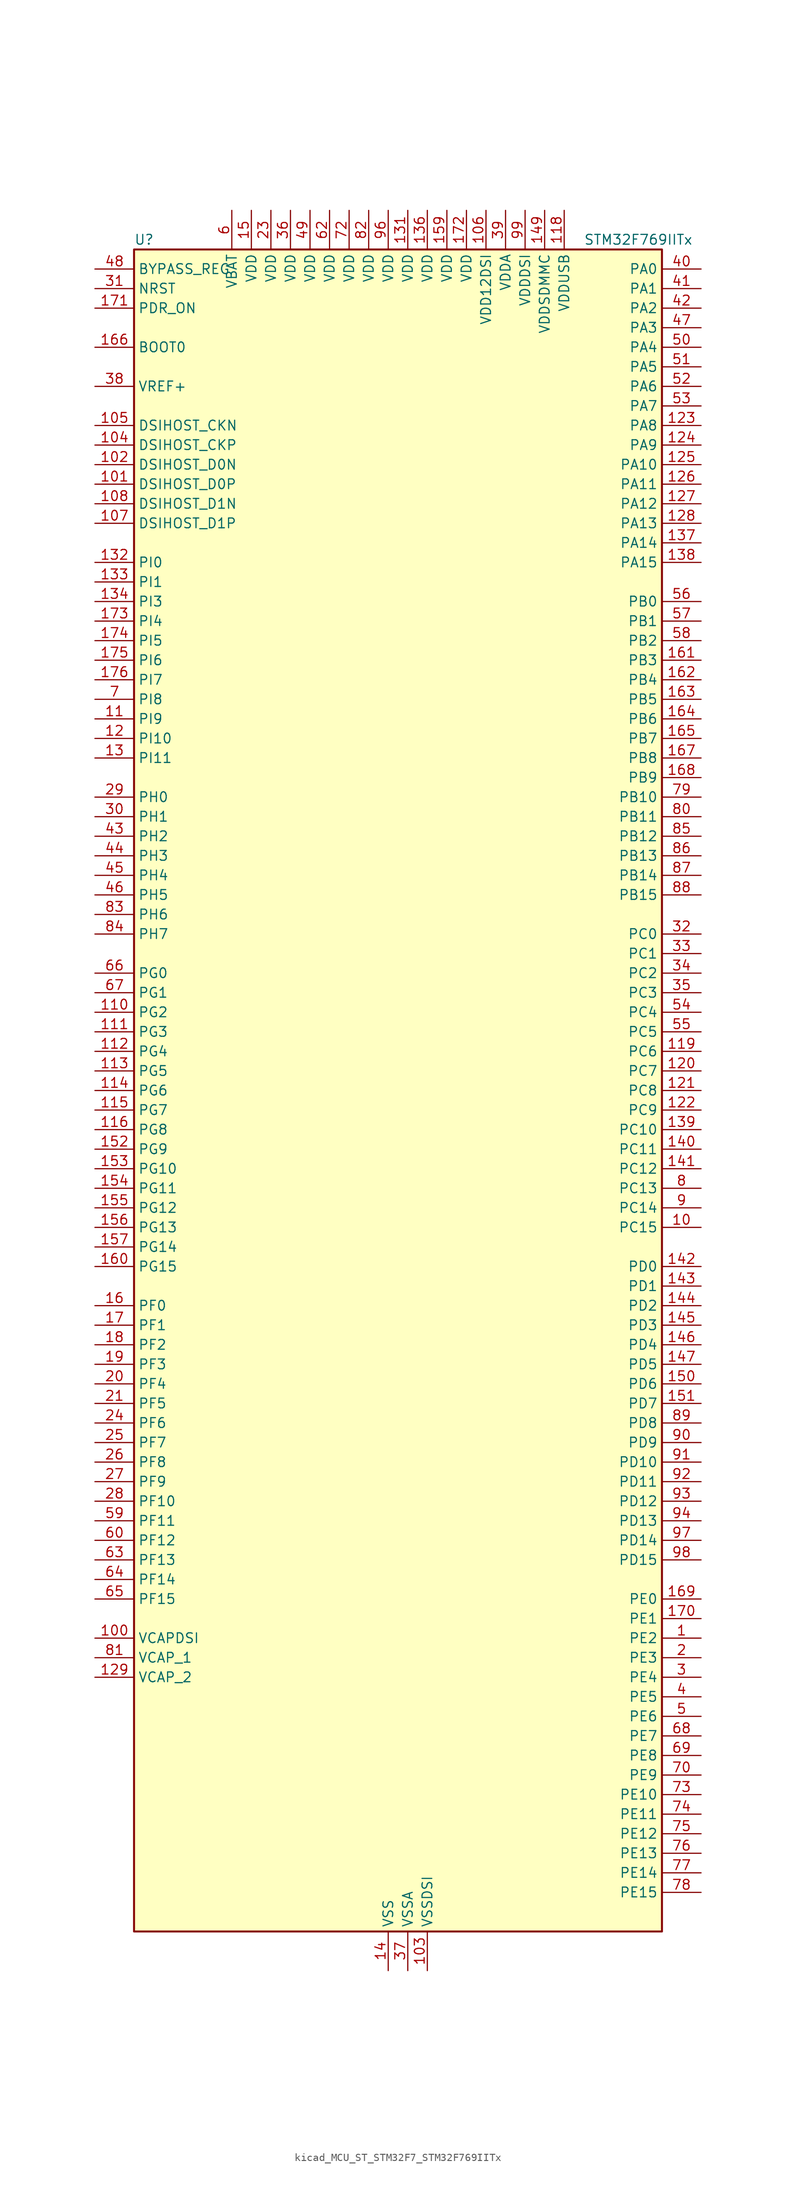
<source format=kicad_sym>
(kicad_symbol_lib
  (version 20220914)
  (generator kicad_symbol_editor)
  (symbol "kicad_MCU_ST_STM32F7_STM32F769IITx"
    (property "Reference" "U"
      (at -33.02 110.49 0)
      (effects (font (size 1.27 1.27)) (justify left)))
    (property "Value" "STM32F769IITx"
      (at 25.4 110.49 0)
      (effects (font (size 1.27 1.27)) (justify left)))
    (property "ki_locked" ""
      (at 0 0 0)
      (effects (font (size 1.27 1.27))))
    (symbol "kicad_MCU_ST_STM32F7_STM32F769IITx_0_1"
      (rectangle (start -33.02 -109.22) (end 35.56 109.22) (stroke (width 0.254) (type default)) (fill (type background))))
    (symbol "kicad_MCU_ST_STM32F7_STM32F769IITx_1_1"
      (pin bidirectional line (at 40.64 -71.12 180) (length 5.08) (name "PE2" (effects (font (size 1.27 1.27)))) (number "1" (effects (font (size 1.27 1.27)))) (alternate "ETH_TXD3" bidirectional line) (alternate "FMC_A23" bidirectional line) (alternate "QUADSPI_BK1_IO2" bidirectional line) (alternate "SAI1_MCLK_A" bidirectional line) (alternate "SPI4_SCK" bidirectional line) (alternate "SYS_TRACECLK" bidirectional line))
      (pin bidirectional line (at 40.64 -17.78 180) (length 5.08) (name "PC15" (effects (font (size 1.27 1.27)))) (number "10" (effects (font (size 1.27 1.27)))) (alternate "RCC_OSC32_OUT" bidirectional line))
      (pin power_out line (at -38.1 -71.12 0) (length 5.08) (name "VCAPDSI" (effects (font (size 1.27 1.27)))) (number "100" (effects (font (size 1.27 1.27)))))
      (pin bidirectional line (at -38.1 78.74 0) (length 5.08) (name "DSIHOST_D0P" (effects (font (size 1.27 1.27)))) (number "101" (effects (font (size 1.27 1.27)))) (alternate "DSIHOST_D0P" bidirectional line))
      (pin bidirectional line (at -38.1 81.28 0) (length 5.08) (name "DSIHOST_D0N" (effects (font (size 1.27 1.27)))) (number "102" (effects (font (size 1.27 1.27)))) (alternate "DSIHOST_D0N" bidirectional line))
      (pin power_in line (at 5.08 -114.3 90) (length 5.08) (name "VSSDSI" (effects (font (size 1.27 1.27)))) (number "103" (effects (font (size 1.27 1.27)))))
      (pin bidirectional line (at -38.1 83.82 0) (length 5.08) (name "DSIHOST_CKP" (effects (font (size 1.27 1.27)))) (number "104" (effects (font (size 1.27 1.27)))) (alternate "DSIHOST_CKP" bidirectional line))
      (pin bidirectional line (at -38.1 86.36 0) (length 5.08) (name "DSIHOST_CKN" (effects (font (size 1.27 1.27)))) (number "105" (effects (font (size 1.27 1.27)))) (alternate "DSIHOST_CKN" bidirectional line))
      (pin power_in line (at 12.7 114.3 270) (length 5.08) (name "VDD12DSI" (effects (font (size 1.27 1.27)))) (number "106" (effects (font (size 1.27 1.27)))))
      (pin bidirectional line (at -38.1 73.66 0) (length 5.08) (name "DSIHOST_D1P" (effects (font (size 1.27 1.27)))) (number "107" (effects (font (size 1.27 1.27)))) (alternate "DSIHOST_D1P" bidirectional line))
      (pin bidirectional line (at -38.1 76.2 0) (length 5.08) (name "DSIHOST_D1N" (effects (font (size 1.27 1.27)))) (number "108" (effects (font (size 1.27 1.27)))) (alternate "DSIHOST_D1N" bidirectional line))
      (pin passive line (at 5.08 -114.3 90) (length 5.08) hide (name "VSSDSI" (effects (font (size 1.27 1.27)))) (number "109" (effects (font (size 1.27 1.27)))))
      (pin bidirectional line (at -38.1 48.26 0) (length 5.08) (name "PI9" (effects (font (size 1.27 1.27)))) (number "11" (effects (font (size 1.27 1.27)))) (alternate "CAN1_RX" bidirectional line) (alternate "DAC_EXTI9" bidirectional line) (alternate "FMC_D30" bidirectional line) (alternate "LTDC_VSYNC" bidirectional line) (alternate "UART4_RX" bidirectional line))
      (pin bidirectional line (at -38.1 10.16 0) (length 5.08) (name "PG2" (effects (font (size 1.27 1.27)))) (number "110" (effects (font (size 1.27 1.27)))) (alternate "FMC_A12" bidirectional line))
      (pin bidirectional line (at -38.1 7.62 0) (length 5.08) (name "PG3" (effects (font (size 1.27 1.27)))) (number "111" (effects (font (size 1.27 1.27)))) (alternate "FMC_A13" bidirectional line))
      (pin bidirectional line (at -38.1 5.08 0) (length 5.08) (name "PG4" (effects (font (size 1.27 1.27)))) (number "112" (effects (font (size 1.27 1.27)))) (alternate "FMC_A14" bidirectional line) (alternate "FMC_BA0" bidirectional line))
      (pin bidirectional line (at -38.1 2.54 0) (length 5.08) (name "PG5" (effects (font (size 1.27 1.27)))) (number "113" (effects (font (size 1.27 1.27)))) (alternate "FMC_A15" bidirectional line) (alternate "FMC_BA1" bidirectional line))
      (pin bidirectional line (at -38.1 0 0) (length 5.08) (name "PG6" (effects (font (size 1.27 1.27)))) (number "114" (effects (font (size 1.27 1.27)))) (alternate "DCMI_D12" bidirectional line) (alternate "FMC_NE3" bidirectional line) (alternate "LTDC_R7" bidirectional line))
      (pin bidirectional line (at -38.1 -2.54 0) (length 5.08) (name "PG7" (effects (font (size 1.27 1.27)))) (number "115" (effects (font (size 1.27 1.27)))) (alternate "DCMI_D13" bidirectional line) (alternate "FMC_INT" bidirectional line) (alternate "LTDC_CLK" bidirectional line) (alternate "SAI1_MCLK_A" bidirectional line) (alternate "USART6_CK" bidirectional line))
      (pin bidirectional line (at -38.1 -5.08 0) (length 5.08) (name "PG8" (effects (font (size 1.27 1.27)))) (number "116" (effects (font (size 1.27 1.27)))) (alternate "ETH_PPS_OUT" bidirectional line) (alternate "FMC_SDCLK" bidirectional line) (alternate "LTDC_G7" bidirectional line) (alternate "SPDIFRX_IN2" bidirectional line) (alternate "SPI6_NSS" bidirectional line) (alternate "USART6_DE" bidirectional line) (alternate "USART6_RTS" bidirectional line))
      (pin passive line (at 0 -114.3 90) (length 5.08) hide (name "VSS" (effects (font (size 1.27 1.27)))) (number "117" (effects (font (size 1.27 1.27)))))
      (pin power_in line (at 22.86 114.3 270) (length 5.08) (name "VDDUSB" (effects (font (size 1.27 1.27)))) (number "118" (effects (font (size 1.27 1.27)))))
      (pin bidirectional line (at 40.64 5.08 180) (length 5.08) (name "PC6" (effects (font (size 1.27 1.27)))) (number "119" (effects (font (size 1.27 1.27)))) (alternate "DCMI_D0" bidirectional line) (alternate "DFSDM1_CKIN3" bidirectional line) (alternate "FMC_NWAIT" bidirectional line) (alternate "I2S2_MCK" bidirectional line) (alternate "LTDC_HSYNC" bidirectional line) (alternate "SDMMC1_D6" bidirectional line) (alternate "SDMMC2_D6" bidirectional line) (alternate "TIM3_CH1" bidirectional line) (alternate "TIM8_CH1" bidirectional line) (alternate "USART6_TX" bidirectional line))
      (pin bidirectional line (at -38.1 45.72 0) (length 5.08) (name "PI10" (effects (font (size 1.27 1.27)))) (number "12" (effects (font (size 1.27 1.27)))) (alternate "ETH_RX_ER" bidirectional line) (alternate "FMC_D31" bidirectional line) (alternate "LTDC_HSYNC" bidirectional line))
      (pin bidirectional line (at 40.64 2.54 180) (length 5.08) (name "PC7" (effects (font (size 1.27 1.27)))) (number "120" (effects (font (size 1.27 1.27)))) (alternate "DCMI_D1" bidirectional line) (alternate "DFSDM1_DATIN3" bidirectional line) (alternate "FMC_NE1" bidirectional line) (alternate "I2S3_MCK" bidirectional line) (alternate "LTDC_G6" bidirectional line) (alternate "SDMMC1_D7" bidirectional line) (alternate "SDMMC2_D7" bidirectional line) (alternate "TIM3_CH2" bidirectional line) (alternate "TIM8_CH2" bidirectional line) (alternate "USART6_RX" bidirectional line))
      (pin bidirectional line (at 40.64 0 180) (length 5.08) (name "PC8" (effects (font (size 1.27 1.27)))) (number "121" (effects (font (size 1.27 1.27)))) (alternate "DCMI_D2" bidirectional line) (alternate "FMC_NCE" bidirectional line) (alternate "FMC_NE2" bidirectional line) (alternate "SDMMC1_D0" bidirectional line) (alternate "SYS_TRACED1" bidirectional line) (alternate "TIM3_CH3" bidirectional line) (alternate "TIM8_CH3" bidirectional line) (alternate "UART5_DE" bidirectional line) (alternate "UART5_RTS" bidirectional line) (alternate "USART6_CK" bidirectional line))
      (pin bidirectional line (at 40.64 -2.54 180) (length 5.08) (name "PC9" (effects (font (size 1.27 1.27)))) (number "122" (effects (font (size 1.27 1.27)))) (alternate "DAC_EXTI9" bidirectional line) (alternate "DCMI_D3" bidirectional line) (alternate "I2C3_SDA" bidirectional line) (alternate "I2S_CKIN" bidirectional line) (alternate "LTDC_B2" bidirectional line) (alternate "LTDC_G3" bidirectional line) (alternate "QUADSPI_BK1_IO0" bidirectional line) (alternate "RCC_MCO_2" bidirectional line) (alternate "SDMMC1_D1" bidirectional line) (alternate "TIM3_CH4" bidirectional line) (alternate "TIM8_CH4" bidirectional line) (alternate "UART5_CTS" bidirectional line))
      (pin bidirectional line (at 40.64 86.36 180) (length 5.08) (name "PA8" (effects (font (size 1.27 1.27)))) (number "123" (effects (font (size 1.27 1.27)))) (alternate "CAN3_RX" bidirectional line) (alternate "I2C3_SCL" bidirectional line) (alternate "LTDC_B3" bidirectional line) (alternate "LTDC_R6" bidirectional line) (alternate "RCC_MCO_1" bidirectional line) (alternate "TIM1_CH1" bidirectional line) (alternate "TIM8_BKIN2" bidirectional line) (alternate "UART7_RX" bidirectional line) (alternate "USART1_CK" bidirectional line) (alternate "USB_OTG_FS_SOF" bidirectional line))
      (pin bidirectional line (at 40.64 83.82 180) (length 5.08) (name "PA9" (effects (font (size 1.27 1.27)))) (number "124" (effects (font (size 1.27 1.27)))) (alternate "DAC_EXTI9" bidirectional line) (alternate "DCMI_D0" bidirectional line) (alternate "I2C3_SMBA" bidirectional line) (alternate "I2S2_CK" bidirectional line) (alternate "LTDC_R5" bidirectional line) (alternate "SPI2_SCK" bidirectional line) (alternate "TIM1_CH2" bidirectional line) (alternate "USART1_TX" bidirectional line) (alternate "USB_OTG_FS_VBUS" bidirectional line))
      (pin bidirectional line (at 40.64 81.28 180) (length 5.08) (name "PA10" (effects (font (size 1.27 1.27)))) (number "125" (effects (font (size 1.27 1.27)))) (alternate "DCMI_D1" bidirectional line) (alternate "LTDC_B1" bidirectional line) (alternate "LTDC_B4" bidirectional line) (alternate "MDIOS_MDIO" bidirectional line) (alternate "TIM1_CH3" bidirectional line) (alternate "USART1_RX" bidirectional line) (alternate "USB_OTG_FS_ID" bidirectional line))
      (pin bidirectional line (at 40.64 78.74 180) (length 5.08) (name "PA11" (effects (font (size 1.27 1.27)))) (number "126" (effects (font (size 1.27 1.27)))) (alternate "ADC1_EXTI11" bidirectional line) (alternate "ADC2_EXTI11" bidirectional line) (alternate "ADC3_EXTI11" bidirectional line) (alternate "CAN1_RX" bidirectional line) (alternate "I2S2_WS" bidirectional line) (alternate "LTDC_R4" bidirectional line) (alternate "SPI2_NSS" bidirectional line) (alternate "TIM1_CH4" bidirectional line) (alternate "UART4_RX" bidirectional line) (alternate "USART1_CTS" bidirectional line) (alternate "USB_OTG_FS_DM" bidirectional line))
      (pin bidirectional line (at 40.64 76.2 180) (length 5.08) (name "PA12" (effects (font (size 1.27 1.27)))) (number "127" (effects (font (size 1.27 1.27)))) (alternate "CAN1_TX" bidirectional line) (alternate "I2S2_CK" bidirectional line) (alternate "LTDC_R5" bidirectional line) (alternate "SAI2_FS_B" bidirectional line) (alternate "SPI2_SCK" bidirectional line) (alternate "TIM1_ETR" bidirectional line) (alternate "UART4_TX" bidirectional line) (alternate "USART1_DE" bidirectional line) (alternate "USART1_RTS" bidirectional line) (alternate "USB_OTG_FS_DP" bidirectional line))
      (pin bidirectional line (at 40.64 73.66 180) (length 5.08) (name "PA13" (effects (font (size 1.27 1.27)))) (number "128" (effects (font (size 1.27 1.27)))) (alternate "SYS_JTMS-SWDIO" bidirectional line))
      (pin power_out line (at -38.1 -76.2 0) (length 5.08) (name "VCAP_2" (effects (font (size 1.27 1.27)))) (number "129" (effects (font (size 1.27 1.27)))))
      (pin bidirectional line (at -38.1 43.18 0) (length 5.08) (name "PI11" (effects (font (size 1.27 1.27)))) (number "13" (effects (font (size 1.27 1.27)))) (alternate "ADC1_EXTI11" bidirectional line) (alternate "ADC2_EXTI11" bidirectional line) (alternate "ADC3_EXTI11" bidirectional line) (alternate "LTDC_G6" bidirectional line) (alternate "SYS_WKUP6" bidirectional line) (alternate "USB_OTG_HS_ULPI_DIR" bidirectional line))
      (pin passive line (at 0 -114.3 90) (length 5.08) hide (name "VSS" (effects (font (size 1.27 1.27)))) (number "130" (effects (font (size 1.27 1.27)))))
      (pin power_in line (at 2.54 114.3 270) (length 5.08) (name "VDD" (effects (font (size 1.27 1.27)))) (number "131" (effects (font (size 1.27 1.27)))))
      (pin bidirectional line (at -38.1 68.58 0) (length 5.08) (name "PI0" (effects (font (size 1.27 1.27)))) (number "132" (effects (font (size 1.27 1.27)))) (alternate "DCMI_D13" bidirectional line) (alternate "FMC_D24" bidirectional line) (alternate "I2S2_WS" bidirectional line) (alternate "LTDC_G5" bidirectional line) (alternate "SPI2_NSS" bidirectional line) (alternate "TIM5_CH4" bidirectional line))
      (pin bidirectional line (at -38.1 66.04 0) (length 5.08) (name "PI1" (effects (font (size 1.27 1.27)))) (number "133" (effects (font (size 1.27 1.27)))) (alternate "DCMI_D8" bidirectional line) (alternate "FMC_D25" bidirectional line) (alternate "I2S2_CK" bidirectional line) (alternate "LTDC_G6" bidirectional line) (alternate "SPI2_SCK" bidirectional line) (alternate "TIM8_BKIN2" bidirectional line))
      (pin bidirectional line (at -38.1 63.5 0) (length 5.08) (name "PI3" (effects (font (size 1.27 1.27)))) (number "134" (effects (font (size 1.27 1.27)))) (alternate "DCMI_D10" bidirectional line) (alternate "FMC_D27" bidirectional line) (alternate "I2S2_SD" bidirectional line) (alternate "SPI2_MOSI" bidirectional line) (alternate "TIM8_ETR" bidirectional line))
      (pin passive line (at 0 -114.3 90) (length 5.08) hide (name "VSS" (effects (font (size 1.27 1.27)))) (number "135" (effects (font (size 1.27 1.27)))))
      (pin power_in line (at 5.08 114.3 270) (length 5.08) (name "VDD" (effects (font (size 1.27 1.27)))) (number "136" (effects (font (size 1.27 1.27)))))
      (pin bidirectional line (at 40.64 71.12 180) (length 5.08) (name "PA14" (effects (font (size 1.27 1.27)))) (number "137" (effects (font (size 1.27 1.27)))) (alternate "SYS_JTCK-SWCLK" bidirectional line))
      (pin bidirectional line (at 40.64 68.58 180) (length 5.08) (name "PA15" (effects (font (size 1.27 1.27)))) (number "138" (effects (font (size 1.27 1.27)))) (alternate "CAN3_TX" bidirectional line) (alternate "CEC" bidirectional line) (alternate "I2S1_WS" bidirectional line) (alternate "I2S3_WS" bidirectional line) (alternate "SPI1_NSS" bidirectional line) (alternate "SPI3_NSS" bidirectional line) (alternate "SPI6_NSS" bidirectional line) (alternate "SYS_JTDI" bidirectional line) (alternate "TIM2_CH1" bidirectional line) (alternate "TIM2_ETR" bidirectional line) (alternate "UART4_DE" bidirectional line) (alternate "UART4_RTS" bidirectional line) (alternate "UART7_TX" bidirectional line))
      (pin bidirectional line (at 40.64 -5.08 180) (length 5.08) (name "PC10" (effects (font (size 1.27 1.27)))) (number "139" (effects (font (size 1.27 1.27)))) (alternate "DCMI_D8" bidirectional line) (alternate "DFSDM1_CKIN5" bidirectional line) (alternate "I2S3_CK" bidirectional line) (alternate "LTDC_R2" bidirectional line) (alternate "QUADSPI_BK1_IO1" bidirectional line) (alternate "SDMMC1_D2" bidirectional line) (alternate "SPI3_SCK" bidirectional line) (alternate "UART4_TX" bidirectional line) (alternate "USART3_TX" bidirectional line))
      (pin power_in line (at 0 -114.3 90) (length 5.08) (name "VSS" (effects (font (size 1.27 1.27)))) (number "14" (effects (font (size 1.27 1.27)))))
      (pin bidirectional line (at 40.64 -7.62 180) (length 5.08) (name "PC11" (effects (font (size 1.27 1.27)))) (number "140" (effects (font (size 1.27 1.27)))) (alternate "ADC1_EXTI11" bidirectional line) (alternate "ADC2_EXTI11" bidirectional line) (alternate "ADC3_EXTI11" bidirectional line) (alternate "DCMI_D4" bidirectional line) (alternate "DFSDM1_DATIN5" bidirectional line) (alternate "QUADSPI_BK2_NCS" bidirectional line) (alternate "SDMMC1_D3" bidirectional line) (alternate "SPI3_MISO" bidirectional line) (alternate "UART4_RX" bidirectional line) (alternate "USART3_RX" bidirectional line))
      (pin bidirectional line (at 40.64 -10.16 180) (length 5.08) (name "PC12" (effects (font (size 1.27 1.27)))) (number "141" (effects (font (size 1.27 1.27)))) (alternate "DCMI_D9" bidirectional line) (alternate "I2S3_SD" bidirectional line) (alternate "SDMMC1_CK" bidirectional line) (alternate "SPI3_MOSI" bidirectional line) (alternate "SYS_TRACED3" bidirectional line) (alternate "UART5_TX" bidirectional line) (alternate "USART3_CK" bidirectional line))
      (pin bidirectional line (at 40.64 -22.86 180) (length 5.08) (name "PD0" (effects (font (size 1.27 1.27)))) (number "142" (effects (font (size 1.27 1.27)))) (alternate "CAN1_RX" bidirectional line) (alternate "DFSDM1_CKIN6" bidirectional line) (alternate "DFSDM1_DATIN7" bidirectional line) (alternate "FMC_D2" bidirectional line) (alternate "FMC_DA2" bidirectional line) (alternate "UART4_RX" bidirectional line))
      (pin bidirectional line (at 40.64 -25.4 180) (length 5.08) (name "PD1" (effects (font (size 1.27 1.27)))) (number "143" (effects (font (size 1.27 1.27)))) (alternate "CAN1_TX" bidirectional line) (alternate "DFSDM1_CKIN7" bidirectional line) (alternate "DFSDM1_DATIN6" bidirectional line) (alternate "FMC_D3" bidirectional line) (alternate "FMC_DA3" bidirectional line) (alternate "UART4_TX" bidirectional line))
      (pin bidirectional line (at 40.64 -27.94 180) (length 5.08) (name "PD2" (effects (font (size 1.27 1.27)))) (number "144" (effects (font (size 1.27 1.27)))) (alternate "DCMI_D11" bidirectional line) (alternate "SDMMC1_CMD" bidirectional line) (alternate "SYS_TRACED2" bidirectional line) (alternate "TIM3_ETR" bidirectional line) (alternate "UART5_RX" bidirectional line))
      (pin bidirectional line (at 40.64 -30.48 180) (length 5.08) (name "PD3" (effects (font (size 1.27 1.27)))) (number "145" (effects (font (size 1.27 1.27)))) (alternate "DCMI_D5" bidirectional line) (alternate "DFSDM1_CKOUT" bidirectional line) (alternate "DFSDM1_DATIN0" bidirectional line) (alternate "FMC_CLK" bidirectional line) (alternate "I2S2_CK" bidirectional line) (alternate "LTDC_G7" bidirectional line) (alternate "SPI2_SCK" bidirectional line) (alternate "USART2_CTS" bidirectional line))
      (pin bidirectional line (at 40.64 -33.02 180) (length 5.08) (name "PD4" (effects (font (size 1.27 1.27)))) (number "146" (effects (font (size 1.27 1.27)))) (alternate "DFSDM1_CKIN0" bidirectional line) (alternate "FMC_NOE" bidirectional line) (alternate "USART2_DE" bidirectional line) (alternate "USART2_RTS" bidirectional line))
      (pin bidirectional line (at 40.64 -35.56 180) (length 5.08) (name "PD5" (effects (font (size 1.27 1.27)))) (number "147" (effects (font (size 1.27 1.27)))) (alternate "FMC_NWE" bidirectional line) (alternate "USART2_TX" bidirectional line))
      (pin passive line (at 0 -114.3 90) (length 5.08) hide (name "VSS" (effects (font (size 1.27 1.27)))) (number "148" (effects (font (size 1.27 1.27)))))
      (pin power_in line (at 20.32 114.3 270) (length 5.08) (name "VDDSDMMC" (effects (font (size 1.27 1.27)))) (number "149" (effects (font (size 1.27 1.27)))))
      (pin power_in line (at -17.78 114.3 270) (length 5.08) (name "VDD" (effects (font (size 1.27 1.27)))) (number "15" (effects (font (size 1.27 1.27)))))
      (pin bidirectional line (at 40.64 -38.1 180) (length 5.08) (name "PD6" (effects (font (size 1.27 1.27)))) (number "150" (effects (font (size 1.27 1.27)))) (alternate "DCMI_D10" bidirectional line) (alternate "DFSDM1_CKIN4" bidirectional line) (alternate "DFSDM1_DATIN1" bidirectional line) (alternate "FMC_NWAIT" bidirectional line) (alternate "I2S3_SD" bidirectional line) (alternate "LTDC_B2" bidirectional line) (alternate "SAI1_SD_A" bidirectional line) (alternate "SDMMC2_CK" bidirectional line) (alternate "SPI3_MOSI" bidirectional line) (alternate "USART2_RX" bidirectional line))
      (pin bidirectional line (at 40.64 -40.64 180) (length 5.08) (name "PD7" (effects (font (size 1.27 1.27)))) (number "151" (effects (font (size 1.27 1.27)))) (alternate "DFSDM1_CKIN1" bidirectional line) (alternate "DFSDM1_DATIN4" bidirectional line) (alternate "FMC_NE1" bidirectional line) (alternate "I2S1_SD" bidirectional line) (alternate "SDMMC2_CMD" bidirectional line) (alternate "SPDIFRX_IN0" bidirectional line) (alternate "SPI1_MOSI" bidirectional line) (alternate "USART2_CK" bidirectional line))
      (pin bidirectional line (at -38.1 -7.62 0) (length 5.08) (name "PG9" (effects (font (size 1.27 1.27)))) (number "152" (effects (font (size 1.27 1.27)))) (alternate "DAC_EXTI9" bidirectional line) (alternate "DCMI_VSYNC" bidirectional line) (alternate "FMC_NCE" bidirectional line) (alternate "FMC_NE2" bidirectional line) (alternate "QUADSPI_BK2_IO2" bidirectional line) (alternate "SAI2_FS_B" bidirectional line) (alternate "SDMMC2_D0" bidirectional line) (alternate "SPDIFRX_IN3" bidirectional line) (alternate "SPI1_MISO" bidirectional line) (alternate "USART6_RX" bidirectional line))
      (pin bidirectional line (at -38.1 -10.16 0) (length 5.08) (name "PG10" (effects (font (size 1.27 1.27)))) (number "153" (effects (font (size 1.27 1.27)))) (alternate "DCMI_D2" bidirectional line) (alternate "FMC_NE3" bidirectional line) (alternate "I2S1_WS" bidirectional line) (alternate "LTDC_B2" bidirectional line) (alternate "LTDC_G3" bidirectional line) (alternate "SAI2_SD_B" bidirectional line) (alternate "SDMMC2_D1" bidirectional line) (alternate "SPI1_NSS" bidirectional line))
      (pin bidirectional line (at -38.1 -12.7 0) (length 5.08) (name "PG11" (effects (font (size 1.27 1.27)))) (number "154" (effects (font (size 1.27 1.27)))) (alternate "ADC1_EXTI11" bidirectional line) (alternate "ADC2_EXTI11" bidirectional line) (alternate "ADC3_EXTI11" bidirectional line) (alternate "DCMI_D3" bidirectional line) (alternate "ETH_TX_EN" bidirectional line) (alternate "I2S1_CK" bidirectional line) (alternate "LTDC_B3" bidirectional line) (alternate "SDMMC2_D2" bidirectional line) (alternate "SPDIFRX_IN0" bidirectional line) (alternate "SPI1_SCK" bidirectional line))
      (pin bidirectional line (at -38.1 -15.24 0) (length 5.08) (name "PG12" (effects (font (size 1.27 1.27)))) (number "155" (effects (font (size 1.27 1.27)))) (alternate "FMC_NE4" bidirectional line) (alternate "LPTIM1_IN1" bidirectional line) (alternate "LTDC_B1" bidirectional line) (alternate "LTDC_B4" bidirectional line) (alternate "SDMMC2_D3" bidirectional line) (alternate "SPDIFRX_IN1" bidirectional line) (alternate "SPI6_MISO" bidirectional line) (alternate "USART6_DE" bidirectional line) (alternate "USART6_RTS" bidirectional line))
      (pin bidirectional line (at -38.1 -17.78 0) (length 5.08) (name "PG13" (effects (font (size 1.27 1.27)))) (number "156" (effects (font (size 1.27 1.27)))) (alternate "ETH_TXD0" bidirectional line) (alternate "FMC_A24" bidirectional line) (alternate "LPTIM1_OUT" bidirectional line) (alternate "LTDC_R0" bidirectional line) (alternate "SPI6_SCK" bidirectional line) (alternate "SYS_TRACED0" bidirectional line) (alternate "USART6_CTS" bidirectional line))
      (pin bidirectional line (at -38.1 -20.32 0) (length 5.08) (name "PG14" (effects (font (size 1.27 1.27)))) (number "157" (effects (font (size 1.27 1.27)))) (alternate "ETH_TXD1" bidirectional line) (alternate "FMC_A25" bidirectional line) (alternate "LPTIM1_ETR" bidirectional line) (alternate "LTDC_B0" bidirectional line) (alternate "QUADSPI_BK2_IO3" bidirectional line) (alternate "SPI6_MOSI" bidirectional line) (alternate "SYS_TRACED1" bidirectional line) (alternate "USART6_TX" bidirectional line))
      (pin passive line (at 0 -114.3 90) (length 5.08) hide (name "VSS" (effects (font (size 1.27 1.27)))) (number "158" (effects (font (size 1.27 1.27)))))
      (pin power_in line (at 7.62 114.3 270) (length 5.08) (name "VDD" (effects (font (size 1.27 1.27)))) (number "159" (effects (font (size 1.27 1.27)))))
      (pin bidirectional line (at -38.1 -27.94 0) (length 5.08) (name "PF0" (effects (font (size 1.27 1.27)))) (number "16" (effects (font (size 1.27 1.27)))) (alternate "FMC_A0" bidirectional line) (alternate "I2C2_SDA" bidirectional line))
      (pin bidirectional line (at -38.1 -22.86 0) (length 5.08) (name "PG15" (effects (font (size 1.27 1.27)))) (number "160" (effects (font (size 1.27 1.27)))) (alternate "DCMI_D13" bidirectional line) (alternate "FMC_SDNCAS" bidirectional line) (alternate "USART6_CTS" bidirectional line))
      (pin bidirectional line (at 40.64 55.88 180) (length 5.08) (name "PB3" (effects (font (size 1.27 1.27)))) (number "161" (effects (font (size 1.27 1.27)))) (alternate "CAN3_RX" bidirectional line) (alternate "I2S1_CK" bidirectional line) (alternate "I2S3_CK" bidirectional line) (alternate "SDMMC2_D2" bidirectional line) (alternate "SPI1_SCK" bidirectional line) (alternate "SPI3_SCK" bidirectional line) (alternate "SPI6_SCK" bidirectional line) (alternate "SYS_JTDO-SWO" bidirectional line) (alternate "TIM2_CH2" bidirectional line) (alternate "UART7_RX" bidirectional line))
      (pin bidirectional line (at 40.64 53.34 180) (length 5.08) (name "PB4" (effects (font (size 1.27 1.27)))) (number "162" (effects (font (size 1.27 1.27)))) (alternate "CAN3_TX" bidirectional line) (alternate "I2S2_WS" bidirectional line) (alternate "SDMMC2_D3" bidirectional line) (alternate "SPI1_MISO" bidirectional line) (alternate "SPI2_NSS" bidirectional line) (alternate "SPI3_MISO" bidirectional line) (alternate "SPI6_MISO" bidirectional line) (alternate "SYS_JTRST" bidirectional line) (alternate "TIM3_CH1" bidirectional line) (alternate "UART7_TX" bidirectional line))
      (pin bidirectional line (at 40.64 50.8 180) (length 5.08) (name "PB5" (effects (font (size 1.27 1.27)))) (number "163" (effects (font (size 1.27 1.27)))) (alternate "CAN2_RX" bidirectional line) (alternate "DCMI_D10" bidirectional line) (alternate "ETH_PPS_OUT" bidirectional line) (alternate "FMC_SDCKE1" bidirectional line) (alternate "I2C1_SMBA" bidirectional line) (alternate "I2S1_SD" bidirectional line) (alternate "I2S3_SD" bidirectional line) (alternate "LTDC_G7" bidirectional line) (alternate "SPI1_MOSI" bidirectional line) (alternate "SPI3_MOSI" bidirectional line) (alternate "SPI6_MOSI" bidirectional line) (alternate "TIM3_CH2" bidirectional line) (alternate "UART5_RX" bidirectional line) (alternate "USB_OTG_HS_ULPI_D7" bidirectional line))
      (pin bidirectional line (at 40.64 48.26 180) (length 5.08) (name "PB6" (effects (font (size 1.27 1.27)))) (number "164" (effects (font (size 1.27 1.27)))) (alternate "CAN2_TX" bidirectional line) (alternate "CEC" bidirectional line) (alternate "DCMI_D5" bidirectional line) (alternate "DFSDM1_DATIN5" bidirectional line) (alternate "FMC_SDNE1" bidirectional line) (alternate "I2C1_SCL" bidirectional line) (alternate "I2C4_SCL" bidirectional line) (alternate "QUADSPI_BK1_NCS" bidirectional line) (alternate "TIM4_CH1" bidirectional line) (alternate "UART5_TX" bidirectional line) (alternate "USART1_TX" bidirectional line))
      (pin bidirectional line (at 40.64 45.72 180) (length 5.08) (name "PB7" (effects (font (size 1.27 1.27)))) (number "165" (effects (font (size 1.27 1.27)))) (alternate "DCMI_VSYNC" bidirectional line) (alternate "DFSDM1_CKIN5" bidirectional line) (alternate "FMC_NL" bidirectional line) (alternate "I2C1_SDA" bidirectional line) (alternate "I2C4_SDA" bidirectional line) (alternate "TIM4_CH2" bidirectional line) (alternate "USART1_RX" bidirectional line))
      (pin input line (at -38.1 96.52 0) (length 5.08) (name "BOOT0" (effects (font (size 1.27 1.27)))) (number "166" (effects (font (size 1.27 1.27)))))
      (pin bidirectional line (at 40.64 43.18 180) (length 5.08) (name "PB8" (effects (font (size 1.27 1.27)))) (number "167" (effects (font (size 1.27 1.27)))) (alternate "CAN1_RX" bidirectional line) (alternate "DCMI_D6" bidirectional line) (alternate "DFSDM1_CKIN7" bidirectional line) (alternate "ETH_TXD3" bidirectional line) (alternate "I2C1_SCL" bidirectional line) (alternate "I2C4_SCL" bidirectional line) (alternate "LTDC_B6" bidirectional line) (alternate "SDMMC1_D4" bidirectional line) (alternate "SDMMC2_D4" bidirectional line) (alternate "TIM10_CH1" bidirectional line) (alternate "TIM4_CH3" bidirectional line) (alternate "UART5_RX" bidirectional line))
      (pin bidirectional line (at 40.64 40.64 180) (length 5.08) (name "PB9" (effects (font (size 1.27 1.27)))) (number "168" (effects (font (size 1.27 1.27)))) (alternate "CAN1_TX" bidirectional line) (alternate "DAC_EXTI9" bidirectional line) (alternate "DCMI_D7" bidirectional line) (alternate "DFSDM1_DATIN7" bidirectional line) (alternate "I2C1_SDA" bidirectional line) (alternate "I2C4_SDA" bidirectional line) (alternate "I2C4_SMBA" bidirectional line) (alternate "I2S2_WS" bidirectional line) (alternate "LTDC_B7" bidirectional line) (alternate "SDMMC1_D5" bidirectional line) (alternate "SDMMC2_D5" bidirectional line) (alternate "SPI2_NSS" bidirectional line) (alternate "TIM11_CH1" bidirectional line) (alternate "TIM4_CH4" bidirectional line) (alternate "UART5_TX" bidirectional line))
      (pin bidirectional line (at 40.64 -66.04 180) (length 5.08) (name "PE0" (effects (font (size 1.27 1.27)))) (number "169" (effects (font (size 1.27 1.27)))) (alternate "DCMI_D2" bidirectional line) (alternate "FMC_NBL0" bidirectional line) (alternate "LPTIM1_ETR" bidirectional line) (alternate "SAI2_MCLK_A" bidirectional line) (alternate "TIM4_ETR" bidirectional line) (alternate "UART8_RX" bidirectional line))
      (pin bidirectional line (at -38.1 -30.48 0) (length 5.08) (name "PF1" (effects (font (size 1.27 1.27)))) (number "17" (effects (font (size 1.27 1.27)))) (alternate "FMC_A1" bidirectional line) (alternate "I2C2_SCL" bidirectional line))
      (pin bidirectional line (at 40.64 -68.58 180) (length 5.08) (name "PE1" (effects (font (size 1.27 1.27)))) (number "170" (effects (font (size 1.27 1.27)))) (alternate "DCMI_D3" bidirectional line) (alternate "FMC_NBL1" bidirectional line) (alternate "LPTIM1_IN2" bidirectional line) (alternate "UART8_TX" bidirectional line))
      (pin input line (at -38.1 101.6 0) (length 5.08) (name "PDR_ON" (effects (font (size 1.27 1.27)))) (number "171" (effects (font (size 1.27 1.27)))))
      (pin power_in line (at 10.16 114.3 270) (length 5.08) (name "VDD" (effects (font (size 1.27 1.27)))) (number "172" (effects (font (size 1.27 1.27)))))
      (pin bidirectional line (at -38.1 60.96 0) (length 5.08) (name "PI4" (effects (font (size 1.27 1.27)))) (number "173" (effects (font (size 1.27 1.27)))) (alternate "DCMI_D5" bidirectional line) (alternate "FMC_NBL2" bidirectional line) (alternate "LTDC_B4" bidirectional line) (alternate "SAI2_MCLK_A" bidirectional line) (alternate "TIM8_BKIN" bidirectional line))
      (pin bidirectional line (at -38.1 58.42 0) (length 5.08) (name "PI5" (effects (font (size 1.27 1.27)))) (number "174" (effects (font (size 1.27 1.27)))) (alternate "DCMI_VSYNC" bidirectional line) (alternate "FMC_NBL3" bidirectional line) (alternate "LTDC_B5" bidirectional line) (alternate "SAI2_SCK_A" bidirectional line) (alternate "TIM8_CH1" bidirectional line))
      (pin bidirectional line (at -38.1 55.88 0) (length 5.08) (name "PI6" (effects (font (size 1.27 1.27)))) (number "175" (effects (font (size 1.27 1.27)))) (alternate "DCMI_D6" bidirectional line) (alternate "FMC_D28" bidirectional line) (alternate "LTDC_B6" bidirectional line) (alternate "SAI2_SD_A" bidirectional line) (alternate "TIM8_CH2" bidirectional line))
      (pin bidirectional line (at -38.1 53.34 0) (length 5.08) (name "PI7" (effects (font (size 1.27 1.27)))) (number "176" (effects (font (size 1.27 1.27)))) (alternate "DCMI_D7" bidirectional line) (alternate "FMC_D29" bidirectional line) (alternate "LTDC_B7" bidirectional line) (alternate "SAI2_FS_A" bidirectional line) (alternate "TIM8_CH3" bidirectional line))
      (pin bidirectional line (at -38.1 -33.02 0) (length 5.08) (name "PF2" (effects (font (size 1.27 1.27)))) (number "18" (effects (font (size 1.27 1.27)))) (alternate "FMC_A2" bidirectional line) (alternate "I2C2_SMBA" bidirectional line))
      (pin bidirectional line (at -38.1 -35.56 0) (length 5.08) (name "PF3" (effects (font (size 1.27 1.27)))) (number "19" (effects (font (size 1.27 1.27)))) (alternate "ADC3_IN9" bidirectional line) (alternate "FMC_A3" bidirectional line))
      (pin bidirectional line (at 40.64 -73.66 180) (length 5.08) (name "PE3" (effects (font (size 1.27 1.27)))) (number "2" (effects (font (size 1.27 1.27)))) (alternate "FMC_A19" bidirectional line) (alternate "SAI1_SD_B" bidirectional line) (alternate "SYS_TRACED0" bidirectional line))
      (pin bidirectional line (at -38.1 -38.1 0) (length 5.08) (name "PF4" (effects (font (size 1.27 1.27)))) (number "20" (effects (font (size 1.27 1.27)))) (alternate "ADC3_IN14" bidirectional line) (alternate "FMC_A4" bidirectional line))
      (pin bidirectional line (at -38.1 -40.64 0) (length 5.08) (name "PF5" (effects (font (size 1.27 1.27)))) (number "21" (effects (font (size 1.27 1.27)))) (alternate "ADC3_IN15" bidirectional line) (alternate "FMC_A5" bidirectional line))
      (pin passive line (at 0 -114.3 90) (length 5.08) hide (name "VSS" (effects (font (size 1.27 1.27)))) (number "22" (effects (font (size 1.27 1.27)))))
      (pin power_in line (at -15.24 114.3 270) (length 5.08) (name "VDD" (effects (font (size 1.27 1.27)))) (number "23" (effects (font (size 1.27 1.27)))))
      (pin bidirectional line (at -38.1 -43.18 0) (length 5.08) (name "PF6" (effects (font (size 1.27 1.27)))) (number "24" (effects (font (size 1.27 1.27)))) (alternate "ADC3_IN4" bidirectional line) (alternate "QUADSPI_BK1_IO3" bidirectional line) (alternate "SAI1_SD_B" bidirectional line) (alternate "SPI5_NSS" bidirectional line) (alternate "TIM10_CH1" bidirectional line) (alternate "UART7_RX" bidirectional line))
      (pin bidirectional line (at -38.1 -45.72 0) (length 5.08) (name "PF7" (effects (font (size 1.27 1.27)))) (number "25" (effects (font (size 1.27 1.27)))) (alternate "ADC3_IN5" bidirectional line) (alternate "QUADSPI_BK1_IO2" bidirectional line) (alternate "SAI1_MCLK_B" bidirectional line) (alternate "SPI5_SCK" bidirectional line) (alternate "TIM11_CH1" bidirectional line) (alternate "UART7_TX" bidirectional line))
      (pin bidirectional line (at -38.1 -48.26 0) (length 5.08) (name "PF8" (effects (font (size 1.27 1.27)))) (number "26" (effects (font (size 1.27 1.27)))) (alternate "ADC3_IN6" bidirectional line) (alternate "QUADSPI_BK1_IO0" bidirectional line) (alternate "SAI1_SCK_B" bidirectional line) (alternate "SPI5_MISO" bidirectional line) (alternate "TIM13_CH1" bidirectional line) (alternate "UART7_DE" bidirectional line) (alternate "UART7_RTS" bidirectional line))
      (pin bidirectional line (at -38.1 -50.8 0) (length 5.08) (name "PF9" (effects (font (size 1.27 1.27)))) (number "27" (effects (font (size 1.27 1.27)))) (alternate "ADC3_IN7" bidirectional line) (alternate "DAC_EXTI9" bidirectional line) (alternate "QUADSPI_BK1_IO1" bidirectional line) (alternate "SAI1_FS_B" bidirectional line) (alternate "SPI5_MOSI" bidirectional line) (alternate "TIM14_CH1" bidirectional line) (alternate "UART7_CTS" bidirectional line))
      (pin bidirectional line (at -38.1 -53.34 0) (length 5.08) (name "PF10" (effects (font (size 1.27 1.27)))) (number "28" (effects (font (size 1.27 1.27)))) (alternate "ADC3_IN8" bidirectional line) (alternate "DCMI_D11" bidirectional line) (alternate "LTDC_DE" bidirectional line) (alternate "QUADSPI_CLK" bidirectional line))
      (pin bidirectional line (at -38.1 38.1 0) (length 5.08) (name "PH0" (effects (font (size 1.27 1.27)))) (number "29" (effects (font (size 1.27 1.27)))) (alternate "RCC_OSC_IN" bidirectional line))
      (pin bidirectional line (at 40.64 -76.2 180) (length 5.08) (name "PE4" (effects (font (size 1.27 1.27)))) (number "3" (effects (font (size 1.27 1.27)))) (alternate "DCMI_D4" bidirectional line) (alternate "DFSDM1_DATIN3" bidirectional line) (alternate "FMC_A20" bidirectional line) (alternate "LTDC_B0" bidirectional line) (alternate "SAI1_FS_A" bidirectional line) (alternate "SPI4_NSS" bidirectional line) (alternate "SYS_TRACED1" bidirectional line))
      (pin bidirectional line (at -38.1 35.56 0) (length 5.08) (name "PH1" (effects (font (size 1.27 1.27)))) (number "30" (effects (font (size 1.27 1.27)))) (alternate "RCC_OSC_OUT" bidirectional line))
      (pin input line (at -38.1 104.14 0) (length 5.08) (name "NRST" (effects (font (size 1.27 1.27)))) (number "31" (effects (font (size 1.27 1.27)))))
      (pin bidirectional line (at 40.64 20.32 180) (length 5.08) (name "PC0" (effects (font (size 1.27 1.27)))) (number "32" (effects (font (size 1.27 1.27)))) (alternate "ADC1_IN10" bidirectional line) (alternate "ADC2_IN10" bidirectional line) (alternate "ADC3_IN10" bidirectional line) (alternate "DFSDM1_CKIN0" bidirectional line) (alternate "DFSDM1_DATIN4" bidirectional line) (alternate "FMC_SDNWE" bidirectional line) (alternate "LTDC_R5" bidirectional line) (alternate "SAI2_FS_B" bidirectional line) (alternate "USB_OTG_HS_ULPI_STP" bidirectional line))
      (pin bidirectional line (at 40.64 17.78 180) (length 5.08) (name "PC1" (effects (font (size 1.27 1.27)))) (number "33" (effects (font (size 1.27 1.27)))) (alternate "ADC1_IN11" bidirectional line) (alternate "ADC2_IN11" bidirectional line) (alternate "ADC3_IN11" bidirectional line) (alternate "DFSDM1_CKIN4" bidirectional line) (alternate "DFSDM1_DATIN0" bidirectional line) (alternate "ETH_MDC" bidirectional line) (alternate "I2S2_SD" bidirectional line) (alternate "MDIOS_MDC" bidirectional line) (alternate "RTC_TAMP3" bidirectional line) (alternate "RTC_TS" bidirectional line) (alternate "SAI1_SD_A" bidirectional line) (alternate "SPI2_MOSI" bidirectional line) (alternate "SYS_TRACED0" bidirectional line) (alternate "SYS_WKUP3" bidirectional line))
      (pin bidirectional line (at 40.64 15.24 180) (length 5.08) (name "PC2" (effects (font (size 1.27 1.27)))) (number "34" (effects (font (size 1.27 1.27)))) (alternate "ADC1_IN12" bidirectional line) (alternate "ADC2_IN12" bidirectional line) (alternate "ADC3_IN12" bidirectional line) (alternate "DFSDM1_CKIN1" bidirectional line) (alternate "DFSDM1_CKOUT" bidirectional line) (alternate "ETH_TXD2" bidirectional line) (alternate "FMC_SDNE0" bidirectional line) (alternate "SPI2_MISO" bidirectional line) (alternate "USB_OTG_HS_ULPI_DIR" bidirectional line))
      (pin bidirectional line (at 40.64 12.7 180) (length 5.08) (name "PC3" (effects (font (size 1.27 1.27)))) (number "35" (effects (font (size 1.27 1.27)))) (alternate "ADC1_IN13" bidirectional line) (alternate "ADC2_IN13" bidirectional line) (alternate "ADC3_IN13" bidirectional line) (alternate "DFSDM1_DATIN1" bidirectional line) (alternate "ETH_TX_CLK" bidirectional line) (alternate "FMC_SDCKE0" bidirectional line) (alternate "I2S2_SD" bidirectional line) (alternate "SPI2_MOSI" bidirectional line) (alternate "USB_OTG_HS_ULPI_NXT" bidirectional line))
      (pin power_in line (at -12.7 114.3 270) (length 5.08) (name "VDD" (effects (font (size 1.27 1.27)))) (number "36" (effects (font (size 1.27 1.27)))))
      (pin power_in line (at 2.54 -114.3 90) (length 5.08) (name "VSSA" (effects (font (size 1.27 1.27)))) (number "37" (effects (font (size 1.27 1.27)))))
      (pin input line (at -38.1 91.44 0) (length 5.08) (name "VREF+" (effects (font (size 1.27 1.27)))) (number "38" (effects (font (size 1.27 1.27)))))
      (pin power_in line (at 15.24 114.3 270) (length 5.08) (name "VDDA" (effects (font (size 1.27 1.27)))) (number "39" (effects (font (size 1.27 1.27)))))
      (pin bidirectional line (at 40.64 -78.74 180) (length 5.08) (name "PE5" (effects (font (size 1.27 1.27)))) (number "4" (effects (font (size 1.27 1.27)))) (alternate "DCMI_D6" bidirectional line) (alternate "DFSDM1_CKIN3" bidirectional line) (alternate "FMC_A21" bidirectional line) (alternate "LTDC_G0" bidirectional line) (alternate "SAI1_SCK_A" bidirectional line) (alternate "SPI4_MISO" bidirectional line) (alternate "SYS_TRACED2" bidirectional line) (alternate "TIM9_CH1" bidirectional line))
      (pin bidirectional line (at 40.64 106.68 180) (length 5.08) (name "PA0" (effects (font (size 1.27 1.27)))) (number "40" (effects (font (size 1.27 1.27)))) (alternate "ADC1_IN0" bidirectional line) (alternate "ADC2_IN0" bidirectional line) (alternate "ADC3_IN0" bidirectional line) (alternate "ETH_CRS" bidirectional line) (alternate "SAI2_SD_B" bidirectional line) (alternate "SYS_WKUP1" bidirectional line) (alternate "TIM2_CH1" bidirectional line) (alternate "TIM2_ETR" bidirectional line) (alternate "TIM5_CH1" bidirectional line) (alternate "TIM8_ETR" bidirectional line) (alternate "UART4_TX" bidirectional line) (alternate "USART2_CTS" bidirectional line))
      (pin bidirectional line (at 40.64 104.14 180) (length 5.08) (name "PA1" (effects (font (size 1.27 1.27)))) (number "41" (effects (font (size 1.27 1.27)))) (alternate "ADC1_IN1" bidirectional line) (alternate "ADC2_IN1" bidirectional line) (alternate "ADC3_IN1" bidirectional line) (alternate "ETH_REF_CLK" bidirectional line) (alternate "ETH_RX_CLK" bidirectional line) (alternate "LTDC_R2" bidirectional line) (alternate "QUADSPI_BK1_IO3" bidirectional line) (alternate "SAI2_MCLK_B" bidirectional line) (alternate "TIM2_CH2" bidirectional line) (alternate "TIM5_CH2" bidirectional line) (alternate "UART4_RX" bidirectional line) (alternate "USART2_DE" bidirectional line) (alternate "USART2_RTS" bidirectional line))
      (pin bidirectional line (at 40.64 101.6 180) (length 5.08) (name "PA2" (effects (font (size 1.27 1.27)))) (number "42" (effects (font (size 1.27 1.27)))) (alternate "ADC1_IN2" bidirectional line) (alternate "ADC2_IN2" bidirectional line) (alternate "ADC3_IN2" bidirectional line) (alternate "ETH_MDIO" bidirectional line) (alternate "LTDC_R1" bidirectional line) (alternate "MDIOS_MDIO" bidirectional line) (alternate "SAI2_SCK_B" bidirectional line) (alternate "SYS_WKUP2" bidirectional line) (alternate "TIM2_CH3" bidirectional line) (alternate "TIM5_CH3" bidirectional line) (alternate "TIM9_CH1" bidirectional line) (alternate "USART2_TX" bidirectional line))
      (pin bidirectional line (at -38.1 33.02 0) (length 5.08) (name "PH2" (effects (font (size 1.27 1.27)))) (number "43" (effects (font (size 1.27 1.27)))) (alternate "ETH_CRS" bidirectional line) (alternate "FMC_SDCKE0" bidirectional line) (alternate "LPTIM1_IN2" bidirectional line) (alternate "LTDC_R0" bidirectional line) (alternate "QUADSPI_BK2_IO0" bidirectional line) (alternate "SAI2_SCK_B" bidirectional line))
      (pin bidirectional line (at -38.1 30.48 0) (length 5.08) (name "PH3" (effects (font (size 1.27 1.27)))) (number "44" (effects (font (size 1.27 1.27)))) (alternate "ETH_COL" bidirectional line) (alternate "FMC_SDNE0" bidirectional line) (alternate "LTDC_R1" bidirectional line) (alternate "QUADSPI_BK2_IO1" bidirectional line) (alternate "SAI2_MCLK_B" bidirectional line))
      (pin bidirectional line (at -38.1 27.94 0) (length 5.08) (name "PH4" (effects (font (size 1.27 1.27)))) (number "45" (effects (font (size 1.27 1.27)))) (alternate "I2C2_SCL" bidirectional line) (alternate "LTDC_G4" bidirectional line) (alternate "LTDC_G5" bidirectional line) (alternate "USB_OTG_HS_ULPI_NXT" bidirectional line))
      (pin bidirectional line (at -38.1 25.4 0) (length 5.08) (name "PH5" (effects (font (size 1.27 1.27)))) (number "46" (effects (font (size 1.27 1.27)))) (alternate "FMC_SDNWE" bidirectional line) (alternate "I2C2_SDA" bidirectional line) (alternate "SPI5_NSS" bidirectional line))
      (pin bidirectional line (at 40.64 99.06 180) (length 5.08) (name "PA3" (effects (font (size 1.27 1.27)))) (number "47" (effects (font (size 1.27 1.27)))) (alternate "ADC1_IN3" bidirectional line) (alternate "ADC2_IN3" bidirectional line) (alternate "ADC3_IN3" bidirectional line) (alternate "ETH_COL" bidirectional line) (alternate "LTDC_B2" bidirectional line) (alternate "LTDC_B5" bidirectional line) (alternate "TIM2_CH4" bidirectional line) (alternate "TIM5_CH4" bidirectional line) (alternate "TIM9_CH2" bidirectional line) (alternate "USART2_RX" bidirectional line) (alternate "USB_OTG_HS_ULPI_D0" bidirectional line))
      (pin input line (at -38.1 106.68 0) (length 5.08) (name "BYPASS_REG" (effects (font (size 1.27 1.27)))) (number "48" (effects (font (size 1.27 1.27)))))
      (pin power_in line (at -10.16 114.3 270) (length 5.08) (name "VDD" (effects (font (size 1.27 1.27)))) (number "49" (effects (font (size 1.27 1.27)))))
      (pin bidirectional line (at 40.64 -81.28 180) (length 5.08) (name "PE6" (effects (font (size 1.27 1.27)))) (number "5" (effects (font (size 1.27 1.27)))) (alternate "DCMI_D7" bidirectional line) (alternate "FMC_A22" bidirectional line) (alternate "LTDC_G1" bidirectional line) (alternate "SAI1_SD_A" bidirectional line) (alternate "SAI2_MCLK_B" bidirectional line) (alternate "SPI4_MOSI" bidirectional line) (alternate "SYS_TRACED3" bidirectional line) (alternate "TIM1_BKIN2" bidirectional line) (alternate "TIM9_CH2" bidirectional line))
      (pin bidirectional line (at 40.64 96.52 180) (length 5.08) (name "PA4" (effects (font (size 1.27 1.27)))) (number "50" (effects (font (size 1.27 1.27)))) (alternate "ADC1_IN4" bidirectional line) (alternate "ADC2_IN4" bidirectional line) (alternate "DAC_OUT1" bidirectional line) (alternate "DCMI_HSYNC" bidirectional line) (alternate "I2S1_WS" bidirectional line) (alternate "I2S3_WS" bidirectional line) (alternate "LTDC_VSYNC" bidirectional line) (alternate "SPI1_NSS" bidirectional line) (alternate "SPI3_NSS" bidirectional line) (alternate "SPI6_NSS" bidirectional line) (alternate "USART2_CK" bidirectional line) (alternate "USB_OTG_HS_SOF" bidirectional line))
      (pin bidirectional line (at 40.64 93.98 180) (length 5.08) (name "PA5" (effects (font (size 1.27 1.27)))) (number "51" (effects (font (size 1.27 1.27)))) (alternate "ADC1_IN5" bidirectional line) (alternate "ADC2_IN5" bidirectional line) (alternate "DAC_OUT2" bidirectional line) (alternate "I2S1_CK" bidirectional line) (alternate "LTDC_R4" bidirectional line) (alternate "SPI1_SCK" bidirectional line) (alternate "SPI6_SCK" bidirectional line) (alternate "TIM2_CH1" bidirectional line) (alternate "TIM2_ETR" bidirectional line) (alternate "TIM8_CH1N" bidirectional line) (alternate "USB_OTG_HS_ULPI_CK" bidirectional line))
      (pin bidirectional line (at 40.64 91.44 180) (length 5.08) (name "PA6" (effects (font (size 1.27 1.27)))) (number "52" (effects (font (size 1.27 1.27)))) (alternate "ADC1_IN6" bidirectional line) (alternate "ADC2_IN6" bidirectional line) (alternate "DCMI_PIXCLK" bidirectional line) (alternate "LTDC_G2" bidirectional line) (alternate "MDIOS_MDC" bidirectional line) (alternate "SPI1_MISO" bidirectional line) (alternate "SPI6_MISO" bidirectional line) (alternate "TIM13_CH1" bidirectional line) (alternate "TIM1_BKIN" bidirectional line) (alternate "TIM3_CH1" bidirectional line) (alternate "TIM8_BKIN" bidirectional line))
      (pin bidirectional line (at 40.64 88.9 180) (length 5.08) (name "PA7" (effects (font (size 1.27 1.27)))) (number "53" (effects (font (size 1.27 1.27)))) (alternate "ADC1_IN7" bidirectional line) (alternate "ADC2_IN7" bidirectional line) (alternate "ETH_CRS_DV" bidirectional line) (alternate "ETH_RX_DV" bidirectional line) (alternate "FMC_SDNWE" bidirectional line) (alternate "I2S1_SD" bidirectional line) (alternate "SPI1_MOSI" bidirectional line) (alternate "SPI6_MOSI" bidirectional line) (alternate "TIM14_CH1" bidirectional line) (alternate "TIM1_CH1N" bidirectional line) (alternate "TIM3_CH2" bidirectional line) (alternate "TIM8_CH1N" bidirectional line))
      (pin bidirectional line (at 40.64 10.16 180) (length 5.08) (name "PC4" (effects (font (size 1.27 1.27)))) (number "54" (effects (font (size 1.27 1.27)))) (alternate "ADC1_IN14" bidirectional line) (alternate "ADC2_IN14" bidirectional line) (alternate "DFSDM1_CKIN2" bidirectional line) (alternate "ETH_RXD0" bidirectional line) (alternate "FMC_SDNE0" bidirectional line) (alternate "I2S1_MCK" bidirectional line) (alternate "SPDIFRX_IN2" bidirectional line))
      (pin bidirectional line (at 40.64 7.62 180) (length 5.08) (name "PC5" (effects (font (size 1.27 1.27)))) (number "55" (effects (font (size 1.27 1.27)))) (alternate "ADC1_IN15" bidirectional line) (alternate "ADC2_IN15" bidirectional line) (alternate "DFSDM1_DATIN2" bidirectional line) (alternate "ETH_RXD1" bidirectional line) (alternate "FMC_SDCKE0" bidirectional line) (alternate "SPDIFRX_IN3" bidirectional line))
      (pin bidirectional line (at 40.64 63.5 180) (length 5.08) (name "PB0" (effects (font (size 1.27 1.27)))) (number "56" (effects (font (size 1.27 1.27)))) (alternate "ADC1_IN8" bidirectional line) (alternate "ADC2_IN8" bidirectional line) (alternate "DFSDM1_CKOUT" bidirectional line) (alternate "ETH_RXD2" bidirectional line) (alternate "LTDC_G1" bidirectional line) (alternate "LTDC_R3" bidirectional line) (alternate "TIM1_CH2N" bidirectional line) (alternate "TIM3_CH3" bidirectional line) (alternate "TIM8_CH2N" bidirectional line) (alternate "UART4_CTS" bidirectional line) (alternate "USB_OTG_HS_ULPI_D1" bidirectional line))
      (pin bidirectional line (at 40.64 60.96 180) (length 5.08) (name "PB1" (effects (font (size 1.27 1.27)))) (number "57" (effects (font (size 1.27 1.27)))) (alternate "ADC1_IN9" bidirectional line) (alternate "ADC2_IN9" bidirectional line) (alternate "DFSDM1_DATIN1" bidirectional line) (alternate "ETH_RXD3" bidirectional line) (alternate "LTDC_G0" bidirectional line) (alternate "LTDC_R6" bidirectional line) (alternate "TIM1_CH3N" bidirectional line) (alternate "TIM3_CH4" bidirectional line) (alternate "TIM8_CH3N" bidirectional line) (alternate "USB_OTG_HS_ULPI_D2" bidirectional line))
      (pin bidirectional line (at 40.64 58.42 180) (length 5.08) (name "PB2" (effects (font (size 1.27 1.27)))) (number "58" (effects (font (size 1.27 1.27)))) (alternate "DFSDM1_CKIN1" bidirectional line) (alternate "I2S3_SD" bidirectional line) (alternate "QUADSPI_CLK" bidirectional line) (alternate "SAI1_SD_A" bidirectional line) (alternate "SPI3_MOSI" bidirectional line))
      (pin bidirectional line (at -38.1 -55.88 0) (length 5.08) (name "PF11" (effects (font (size 1.27 1.27)))) (number "59" (effects (font (size 1.27 1.27)))) (alternate "ADC1_EXTI11" bidirectional line) (alternate "ADC2_EXTI11" bidirectional line) (alternate "ADC3_EXTI11" bidirectional line) (alternate "DCMI_D12" bidirectional line) (alternate "FMC_SDNRAS" bidirectional line) (alternate "SAI2_SD_B" bidirectional line) (alternate "SPI5_MOSI" bidirectional line))
      (pin power_in line (at -20.32 114.3 270) (length 5.08) (name "VBAT" (effects (font (size 1.27 1.27)))) (number "6" (effects (font (size 1.27 1.27)))))
      (pin bidirectional line (at -38.1 -58.42 0) (length 5.08) (name "PF12" (effects (font (size 1.27 1.27)))) (number "60" (effects (font (size 1.27 1.27)))) (alternate "FMC_A6" bidirectional line))
      (pin passive line (at 0 -114.3 90) (length 5.08) hide (name "VSS" (effects (font (size 1.27 1.27)))) (number "61" (effects (font (size 1.27 1.27)))))
      (pin power_in line (at -7.62 114.3 270) (length 5.08) (name "VDD" (effects (font (size 1.27 1.27)))) (number "62" (effects (font (size 1.27 1.27)))))
      (pin bidirectional line (at -38.1 -60.96 0) (length 5.08) (name "PF13" (effects (font (size 1.27 1.27)))) (number "63" (effects (font (size 1.27 1.27)))) (alternate "DFSDM1_DATIN6" bidirectional line) (alternate "FMC_A7" bidirectional line) (alternate "I2C4_SMBA" bidirectional line))
      (pin bidirectional line (at -38.1 -63.5 0) (length 5.08) (name "PF14" (effects (font (size 1.27 1.27)))) (number "64" (effects (font (size 1.27 1.27)))) (alternate "DFSDM1_CKIN6" bidirectional line) (alternate "FMC_A8" bidirectional line) (alternate "I2C4_SCL" bidirectional line))
      (pin bidirectional line (at -38.1 -66.04 0) (length 5.08) (name "PF15" (effects (font (size 1.27 1.27)))) (number "65" (effects (font (size 1.27 1.27)))) (alternate "FMC_A9" bidirectional line) (alternate "I2C4_SDA" bidirectional line))
      (pin bidirectional line (at -38.1 15.24 0) (length 5.08) (name "PG0" (effects (font (size 1.27 1.27)))) (number "66" (effects (font (size 1.27 1.27)))) (alternate "FMC_A10" bidirectional line))
      (pin bidirectional line (at -38.1 12.7 0) (length 5.08) (name "PG1" (effects (font (size 1.27 1.27)))) (number "67" (effects (font (size 1.27 1.27)))) (alternate "FMC_A11" bidirectional line))
      (pin bidirectional line (at 40.64 -83.82 180) (length 5.08) (name "PE7" (effects (font (size 1.27 1.27)))) (number "68" (effects (font (size 1.27 1.27)))) (alternate "DFSDM1_DATIN2" bidirectional line) (alternate "FMC_D4" bidirectional line) (alternate "FMC_DA4" bidirectional line) (alternate "QUADSPI_BK2_IO0" bidirectional line) (alternate "TIM1_ETR" bidirectional line) (alternate "UART7_RX" bidirectional line))
      (pin bidirectional line (at 40.64 -86.36 180) (length 5.08) (name "PE8" (effects (font (size 1.27 1.27)))) (number "69" (effects (font (size 1.27 1.27)))) (alternate "DFSDM1_CKIN2" bidirectional line) (alternate "FMC_D5" bidirectional line) (alternate "FMC_DA5" bidirectional line) (alternate "QUADSPI_BK2_IO1" bidirectional line) (alternate "TIM1_CH1N" bidirectional line) (alternate "UART7_TX" bidirectional line))
      (pin bidirectional line (at -38.1 50.8 0) (length 5.08) (name "PI8" (effects (font (size 1.27 1.27)))) (number "7" (effects (font (size 1.27 1.27)))) (alternate "RTC_TAMP2" bidirectional line) (alternate "RTC_TS" bidirectional line) (alternate "SYS_WKUP5" bidirectional line))
      (pin bidirectional line (at 40.64 -88.9 180) (length 5.08) (name "PE9" (effects (font (size 1.27 1.27)))) (number "70" (effects (font (size 1.27 1.27)))) (alternate "DAC_EXTI9" bidirectional line) (alternate "DFSDM1_CKOUT" bidirectional line) (alternate "FMC_D6" bidirectional line) (alternate "FMC_DA6" bidirectional line) (alternate "QUADSPI_BK2_IO2" bidirectional line) (alternate "TIM1_CH1" bidirectional line) (alternate "UART7_DE" bidirectional line) (alternate "UART7_RTS" bidirectional line))
      (pin passive line (at 0 -114.3 90) (length 5.08) hide (name "VSS" (effects (font (size 1.27 1.27)))) (number "71" (effects (font (size 1.27 1.27)))))
      (pin power_in line (at -5.08 114.3 270) (length 5.08) (name "VDD" (effects (font (size 1.27 1.27)))) (number "72" (effects (font (size 1.27 1.27)))))
      (pin bidirectional line (at 40.64 -91.44 180) (length 5.08) (name "PE10" (effects (font (size 1.27 1.27)))) (number "73" (effects (font (size 1.27 1.27)))) (alternate "DFSDM1_DATIN4" bidirectional line) (alternate "FMC_D7" bidirectional line) (alternate "FMC_DA7" bidirectional line) (alternate "QUADSPI_BK2_IO3" bidirectional line) (alternate "TIM1_CH2N" bidirectional line) (alternate "UART7_CTS" bidirectional line))
      (pin bidirectional line (at 40.64 -93.98 180) (length 5.08) (name "PE11" (effects (font (size 1.27 1.27)))) (number "74" (effects (font (size 1.27 1.27)))) (alternate "ADC1_EXTI11" bidirectional line) (alternate "ADC2_EXTI11" bidirectional line) (alternate "ADC3_EXTI11" bidirectional line) (alternate "DFSDM1_CKIN4" bidirectional line) (alternate "FMC_D8" bidirectional line) (alternate "FMC_DA8" bidirectional line) (alternate "LTDC_G3" bidirectional line) (alternate "SAI2_SD_B" bidirectional line) (alternate "SPI4_NSS" bidirectional line) (alternate "TIM1_CH2" bidirectional line))
      (pin bidirectional line (at 40.64 -96.52 180) (length 5.08) (name "PE12" (effects (font (size 1.27 1.27)))) (number "75" (effects (font (size 1.27 1.27)))) (alternate "DFSDM1_DATIN5" bidirectional line) (alternate "FMC_D9" bidirectional line) (alternate "FMC_DA9" bidirectional line) (alternate "LTDC_B4" bidirectional line) (alternate "SAI2_SCK_B" bidirectional line) (alternate "SPI4_SCK" bidirectional line) (alternate "TIM1_CH3N" bidirectional line))
      (pin bidirectional line (at 40.64 -99.06 180) (length 5.08) (name "PE13" (effects (font (size 1.27 1.27)))) (number "76" (effects (font (size 1.27 1.27)))) (alternate "DFSDM1_CKIN5" bidirectional line) (alternate "FMC_D10" bidirectional line) (alternate "FMC_DA10" bidirectional line) (alternate "LTDC_DE" bidirectional line) (alternate "SAI2_FS_B" bidirectional line) (alternate "SPI4_MISO" bidirectional line) (alternate "TIM1_CH3" bidirectional line))
      (pin bidirectional line (at 40.64 -101.6 180) (length 5.08) (name "PE14" (effects (font (size 1.27 1.27)))) (number "77" (effects (font (size 1.27 1.27)))) (alternate "FMC_D11" bidirectional line) (alternate "FMC_DA11" bidirectional line) (alternate "LTDC_CLK" bidirectional line) (alternate "SAI2_MCLK_B" bidirectional line) (alternate "SPI4_MOSI" bidirectional line) (alternate "TIM1_CH4" bidirectional line))
      (pin bidirectional line (at 40.64 -104.14 180) (length 5.08) (name "PE15" (effects (font (size 1.27 1.27)))) (number "78" (effects (font (size 1.27 1.27)))) (alternate "FMC_D12" bidirectional line) (alternate "FMC_DA12" bidirectional line) (alternate "LTDC_R7" bidirectional line) (alternate "TIM1_BKIN" bidirectional line))
      (pin bidirectional line (at 40.64 38.1 180) (length 5.08) (name "PB10" (effects (font (size 1.27 1.27)))) (number "79" (effects (font (size 1.27 1.27)))) (alternate "DFSDM1_DATIN7" bidirectional line) (alternate "ETH_RX_ER" bidirectional line) (alternate "I2C2_SCL" bidirectional line) (alternate "I2S2_CK" bidirectional line) (alternate "LTDC_G4" bidirectional line) (alternate "QUADSPI_BK1_NCS" bidirectional line) (alternate "SPI2_SCK" bidirectional line) (alternate "TIM2_CH3" bidirectional line) (alternate "USART3_TX" bidirectional line) (alternate "USB_OTG_HS_ULPI_D3" bidirectional line))
      (pin bidirectional line (at 40.64 -12.7 180) (length 5.08) (name "PC13" (effects (font (size 1.27 1.27)))) (number "8" (effects (font (size 1.27 1.27)))) (alternate "RTC_OUT" bidirectional line) (alternate "RTC_TAMP1" bidirectional line) (alternate "RTC_TS" bidirectional line) (alternate "SYS_WKUP4" bidirectional line))
      (pin bidirectional line (at 40.64 35.56 180) (length 5.08) (name "PB11" (effects (font (size 1.27 1.27)))) (number "80" (effects (font (size 1.27 1.27)))) (alternate "ADC1_EXTI11" bidirectional line) (alternate "ADC2_EXTI11" bidirectional line) (alternate "ADC3_EXTI11" bidirectional line) (alternate "DFSDM1_CKIN7" bidirectional line) (alternate "DSIHOST_TE" bidirectional line) (alternate "ETH_TX_EN" bidirectional line) (alternate "I2C2_SDA" bidirectional line) (alternate "LTDC_G5" bidirectional line) (alternate "TIM2_CH4" bidirectional line) (alternate "USART3_RX" bidirectional line) (alternate "USB_OTG_HS_ULPI_D4" bidirectional line))
      (pin power_out line (at -38.1 -73.66 0) (length 5.08) (name "VCAP_1" (effects (font (size 1.27 1.27)))) (number "81" (effects (font (size 1.27 1.27)))))
      (pin power_in line (at -2.54 114.3 270) (length 5.08) (name "VDD" (effects (font (size 1.27 1.27)))) (number "82" (effects (font (size 1.27 1.27)))))
      (pin bidirectional line (at -38.1 22.86 0) (length 5.08) (name "PH6" (effects (font (size 1.27 1.27)))) (number "83" (effects (font (size 1.27 1.27)))) (alternate "DCMI_D8" bidirectional line) (alternate "ETH_RXD2" bidirectional line) (alternate "FMC_SDNE1" bidirectional line) (alternate "I2C2_SMBA" bidirectional line) (alternate "SPI5_SCK" bidirectional line) (alternate "TIM12_CH1" bidirectional line))
      (pin bidirectional line (at -38.1 20.32 0) (length 5.08) (name "PH7" (effects (font (size 1.27 1.27)))) (number "84" (effects (font (size 1.27 1.27)))) (alternate "DCMI_D9" bidirectional line) (alternate "ETH_RXD3" bidirectional line) (alternate "FMC_SDCKE1" bidirectional line) (alternate "I2C3_SCL" bidirectional line) (alternate "SPI5_MISO" bidirectional line))
      (pin bidirectional line (at 40.64 33.02 180) (length 5.08) (name "PB12" (effects (font (size 1.27 1.27)))) (number "85" (effects (font (size 1.27 1.27)))) (alternate "CAN2_RX" bidirectional line) (alternate "DFSDM1_DATIN1" bidirectional line) (alternate "ETH_TXD0" bidirectional line) (alternate "I2C2_SMBA" bidirectional line) (alternate "I2S2_WS" bidirectional line) (alternate "SPI2_NSS" bidirectional line) (alternate "TIM1_BKIN" bidirectional line) (alternate "UART5_RX" bidirectional line) (alternate "USART3_CK" bidirectional line) (alternate "USB_OTG_HS_ID" bidirectional line) (alternate "USB_OTG_HS_ULPI_D5" bidirectional line))
      (pin bidirectional line (at 40.64 30.48 180) (length 5.08) (name "PB13" (effects (font (size 1.27 1.27)))) (number "86" (effects (font (size 1.27 1.27)))) (alternate "CAN2_TX" bidirectional line) (alternate "DFSDM1_CKIN1" bidirectional line) (alternate "ETH_TXD1" bidirectional line) (alternate "I2S2_CK" bidirectional line) (alternate "SPI2_SCK" bidirectional line) (alternate "TIM1_CH1N" bidirectional line) (alternate "UART5_TX" bidirectional line) (alternate "USART3_CTS" bidirectional line) (alternate "USB_OTG_HS_ULPI_D6" bidirectional line) (alternate "USB_OTG_HS_VBUS" bidirectional line))
      (pin bidirectional line (at 40.64 27.94 180) (length 5.08) (name "PB14" (effects (font (size 1.27 1.27)))) (number "87" (effects (font (size 1.27 1.27)))) (alternate "DFSDM1_DATIN2" bidirectional line) (alternate "SDMMC2_D0" bidirectional line) (alternate "SPI2_MISO" bidirectional line) (alternate "TIM12_CH1" bidirectional line) (alternate "TIM1_CH2N" bidirectional line) (alternate "TIM8_CH2N" bidirectional line) (alternate "UART4_DE" bidirectional line) (alternate "UART4_RTS" bidirectional line) (alternate "USART1_TX" bidirectional line) (alternate "USART3_DE" bidirectional line) (alternate "USART3_RTS" bidirectional line) (alternate "USB_OTG_HS_DM" bidirectional line))
      (pin bidirectional line (at 40.64 25.4 180) (length 5.08) (name "PB15" (effects (font (size 1.27 1.27)))) (number "88" (effects (font (size 1.27 1.27)))) (alternate "DFSDM1_CKIN2" bidirectional line) (alternate "I2S2_SD" bidirectional line) (alternate "RTC_REFIN" bidirectional line) (alternate "SDMMC2_D1" bidirectional line) (alternate "SPI2_MOSI" bidirectional line) (alternate "TIM12_CH2" bidirectional line) (alternate "TIM1_CH3N" bidirectional line) (alternate "TIM8_CH3N" bidirectional line) (alternate "UART4_CTS" bidirectional line) (alternate "USART1_RX" bidirectional line) (alternate "USB_OTG_HS_DP" bidirectional line))
      (pin bidirectional line (at 40.64 -43.18 180) (length 5.08) (name "PD8" (effects (font (size 1.27 1.27)))) (number "89" (effects (font (size 1.27 1.27)))) (alternate "DFSDM1_CKIN3" bidirectional line) (alternate "FMC_D13" bidirectional line) (alternate "FMC_DA13" bidirectional line) (alternate "SPDIFRX_IN1" bidirectional line) (alternate "USART3_TX" bidirectional line))
      (pin bidirectional line (at 40.64 -15.24 180) (length 5.08) (name "PC14" (effects (font (size 1.27 1.27)))) (number "9" (effects (font (size 1.27 1.27)))) (alternate "RCC_OSC32_IN" bidirectional line))
      (pin bidirectional line (at 40.64 -45.72 180) (length 5.08) (name "PD9" (effects (font (size 1.27 1.27)))) (number "90" (effects (font (size 1.27 1.27)))) (alternate "DAC_EXTI9" bidirectional line) (alternate "DFSDM1_DATIN3" bidirectional line) (alternate "FMC_D14" bidirectional line) (alternate "FMC_DA14" bidirectional line) (alternate "USART3_RX" bidirectional line))
      (pin bidirectional line (at 40.64 -48.26 180) (length 5.08) (name "PD10" (effects (font (size 1.27 1.27)))) (number "91" (effects (font (size 1.27 1.27)))) (alternate "DFSDM1_CKOUT" bidirectional line) (alternate "FMC_D15" bidirectional line) (alternate "FMC_DA15" bidirectional line) (alternate "LTDC_B3" bidirectional line) (alternate "USART3_CK" bidirectional line))
      (pin bidirectional line (at 40.64 -50.8 180) (length 5.08) (name "PD11" (effects (font (size 1.27 1.27)))) (number "92" (effects (font (size 1.27 1.27)))) (alternate "ADC1_EXTI11" bidirectional line) (alternate "ADC2_EXTI11" bidirectional line) (alternate "ADC3_EXTI11" bidirectional line) (alternate "FMC_A16" bidirectional line) (alternate "FMC_CLE" bidirectional line) (alternate "I2C4_SMBA" bidirectional line) (alternate "QUADSPI_BK1_IO0" bidirectional line) (alternate "SAI2_SD_A" bidirectional line) (alternate "USART3_CTS" bidirectional line))
      (pin bidirectional line (at 40.64 -53.34 180) (length 5.08) (name "PD12" (effects (font (size 1.27 1.27)))) (number "93" (effects (font (size 1.27 1.27)))) (alternate "FMC_A17" bidirectional line) (alternate "FMC_ALE" bidirectional line) (alternate "I2C4_SCL" bidirectional line) (alternate "LPTIM1_IN1" bidirectional line) (alternate "QUADSPI_BK1_IO1" bidirectional line) (alternate "SAI2_FS_A" bidirectional line) (alternate "TIM4_CH1" bidirectional line) (alternate "USART3_DE" bidirectional line) (alternate "USART3_RTS" bidirectional line))
      (pin bidirectional line (at 40.64 -55.88 180) (length 5.08) (name "PD13" (effects (font (size 1.27 1.27)))) (number "94" (effects (font (size 1.27 1.27)))) (alternate "FMC_A18" bidirectional line) (alternate "I2C4_SDA" bidirectional line) (alternate "LPTIM1_OUT" bidirectional line) (alternate "QUADSPI_BK1_IO3" bidirectional line) (alternate "SAI2_SCK_A" bidirectional line) (alternate "TIM4_CH2" bidirectional line))
      (pin passive line (at 0 -114.3 90) (length 5.08) hide (name "VSS" (effects (font (size 1.27 1.27)))) (number "95" (effects (font (size 1.27 1.27)))))
      (pin power_in line (at 0 114.3 270) (length 5.08) (name "VDD" (effects (font (size 1.27 1.27)))) (number "96" (effects (font (size 1.27 1.27)))))
      (pin bidirectional line (at 40.64 -58.42 180) (length 5.08) (name "PD14" (effects (font (size 1.27 1.27)))) (number "97" (effects (font (size 1.27 1.27)))) (alternate "FMC_D0" bidirectional line) (alternate "FMC_DA0" bidirectional line) (alternate "TIM4_CH3" bidirectional line) (alternate "UART8_CTS" bidirectional line))
      (pin bidirectional line (at 40.64 -60.96 180) (length 5.08) (name "PD15" (effects (font (size 1.27 1.27)))) (number "98" (effects (font (size 1.27 1.27)))) (alternate "FMC_D1" bidirectional line) (alternate "FMC_DA1" bidirectional line) (alternate "TIM4_CH4" bidirectional line) (alternate "UART8_DE" bidirectional line) (alternate "UART8_RTS" bidirectional line))
      (pin power_in line (at 17.78 114.3 270) (length 5.08) (name "VDDDSI" (effects (font (size 1.27 1.27)))) (number "99" (effects (font (size 1.27 1.27))))))))
</source>
